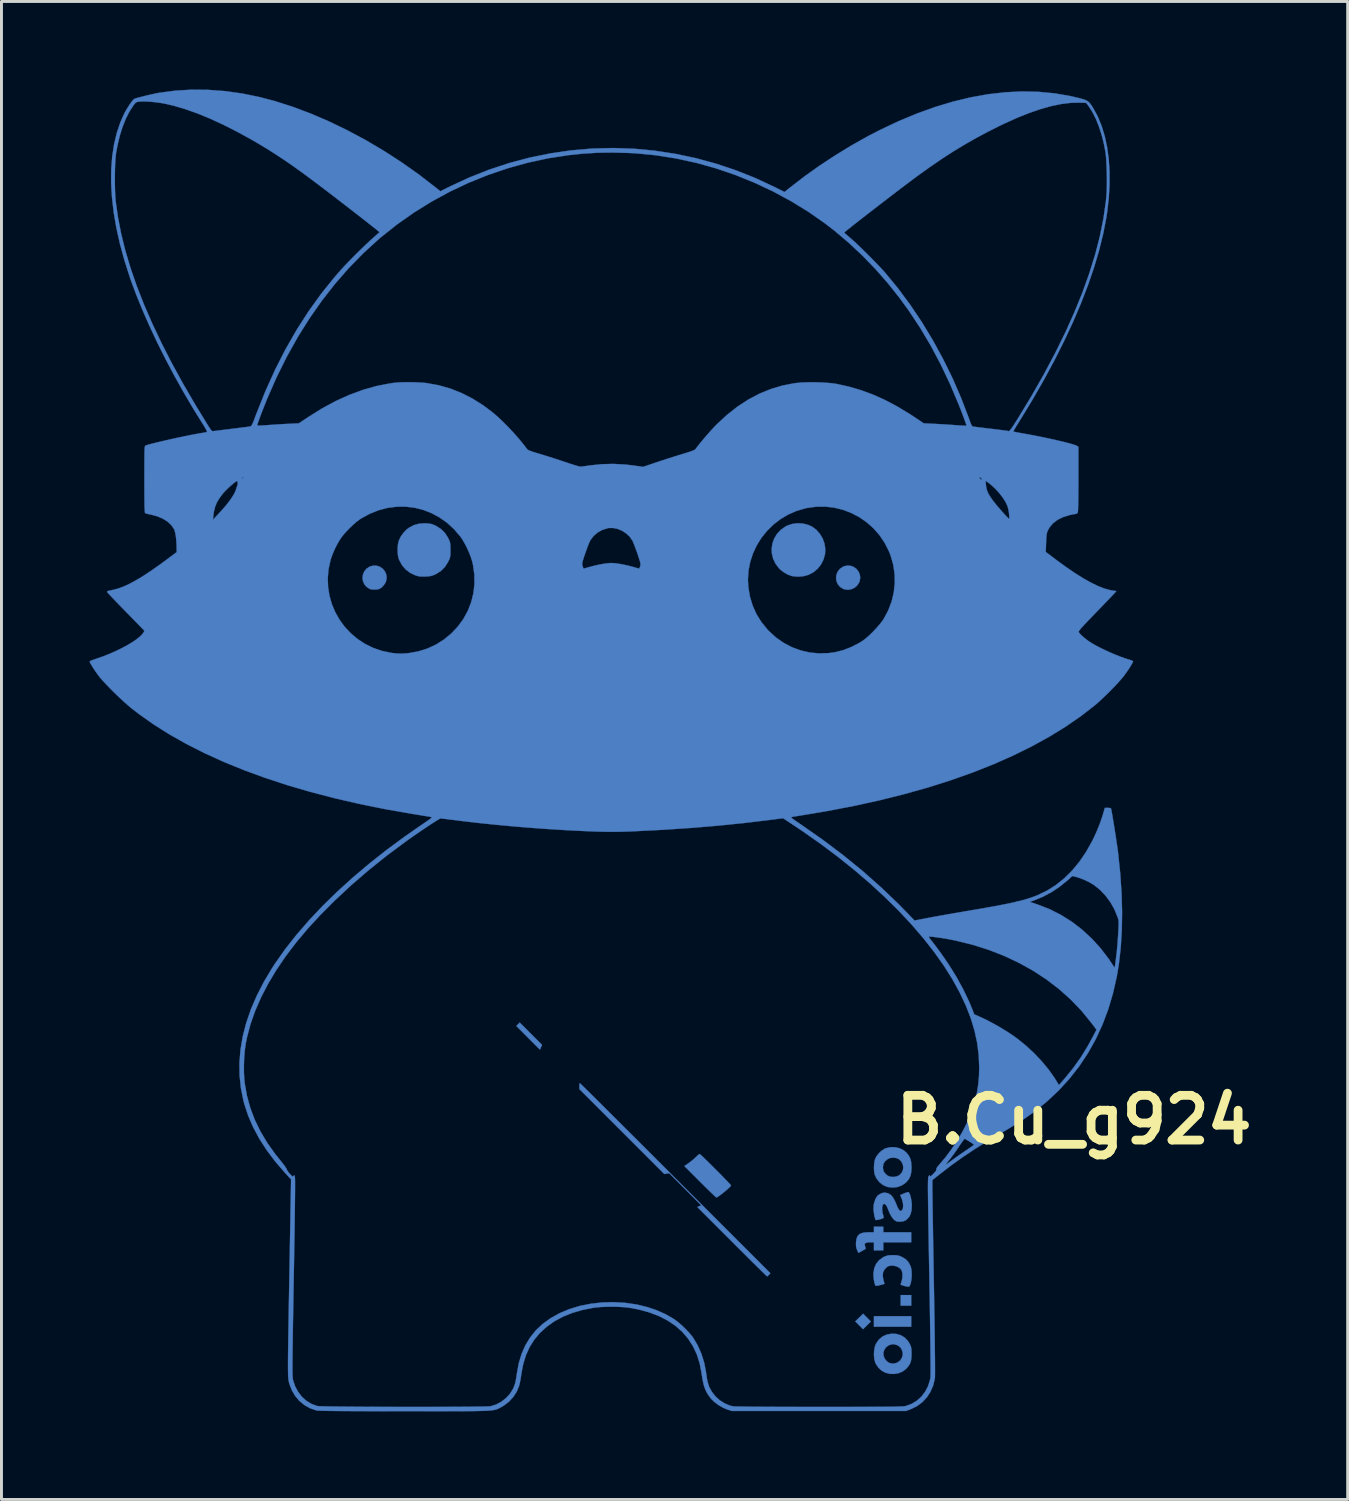
<source format=kicad_pcb>
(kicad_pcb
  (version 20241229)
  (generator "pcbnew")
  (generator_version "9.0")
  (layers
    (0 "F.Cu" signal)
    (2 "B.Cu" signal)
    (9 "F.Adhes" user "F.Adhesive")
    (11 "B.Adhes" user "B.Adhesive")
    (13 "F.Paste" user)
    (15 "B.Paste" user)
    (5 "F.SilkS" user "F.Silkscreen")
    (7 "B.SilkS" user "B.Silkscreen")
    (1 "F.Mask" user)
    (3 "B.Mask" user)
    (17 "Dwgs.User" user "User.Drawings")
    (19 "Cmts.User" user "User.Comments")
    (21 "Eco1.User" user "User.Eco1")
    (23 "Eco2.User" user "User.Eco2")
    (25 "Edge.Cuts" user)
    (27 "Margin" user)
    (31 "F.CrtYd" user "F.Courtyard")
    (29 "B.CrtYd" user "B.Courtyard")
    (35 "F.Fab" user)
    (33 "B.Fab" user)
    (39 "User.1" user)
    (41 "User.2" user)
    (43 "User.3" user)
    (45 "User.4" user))
  (footprint "B.Cu_g924"
    (layer "F.Cu")
    (at 33.533 35.092)
    (property "Reference" "B.Cu_g924" (at 0 0 0) (layer "F.SilkS") (effects (font (size 1.524 1.524) (thickness 0.3))))
    (attr through_hole)
    (fp_poly (pts (xy -5.546 6.329) (xy -5.905 6.329) (xy -5.905 5.969) (xy -5.546 5.969) (xy -5.546 6.329)) (stroke (width 0.01) (type solid)) (fill yes) (layer "B.Cu"))
    (fp_poly (pts (xy -5.546 7.048) (xy -6.816 7.048) (xy -6.816 6.689) (xy -5.546 6.689) (xy -5.546 7.048)) (stroke (width 0.01) (type solid)) (fill yes) (layer "B.Cu"))
    (fp_poly (pts (xy -18.12 -2.551) (xy -18.156 -2.471) (xy -18.193 -2.391) (xy -18.996 -3.196) (xy -18.88 -3.312) (xy -18.12 -2.551)) (stroke (width 0.01) (type solid)) (fill yes) (layer "B.Cu"))
    (fp_poly (pts (xy -7.053 6.737) (xy -6.921 6.87) (xy -7.187 7.133) (xy -7.319 7) (xy -7.451 6.867) (xy -7.318 6.736) (xy -7.185 6.604) (xy -7.053 6.737)) (stroke (width 0.01) (type solid)) (fill yes) (layer "B.Cu"))
    (fp_poly (pts (xy -7.612 -18.871) (xy -7.506 -18.832) (xy -7.415 -18.767) (xy -7.344 -18.68) (xy -7.298 -18.577) (xy -7.283 -18.463) (xy -7.303 -18.343) (xy -7.314 -18.314) (xy -7.38 -18.207) (xy -7.471 -18.125) (xy -7.581 -18.073) (xy -7.7 -18.053) (xy -7.82 -18.069) (xy -7.863 -18.085) (xy -7.969 -18.152) (xy -8.045 -18.241) (xy -8.09 -18.345) (xy -8.106 -18.457) (xy -8.092 -18.569) (xy -8.048 -18.675) (xy -7.975 -18.766) (xy -7.872 -18.837) (xy -7.848 -18.848) (xy -7.728 -18.878) (xy -7.612 -18.871)) (stroke (width 0.01) (type solid)) (fill yes) (layer "B.Cu"))
    (fp_poly (pts (xy -23.741 -18.872) (xy -23.636 -18.833) (xy -23.545 -18.769) (xy -23.475 -18.683) (xy -23.429 -18.582) (xy -23.413 -18.47) (xy -23.431 -18.353) (xy -23.458 -18.288) (xy -23.506 -18.216) (xy -23.567 -18.148) (xy -23.586 -18.131) (xy -23.642 -18.093) (xy -23.7 -18.072) (xy -23.777 -18.062) (xy -23.797 -18.061) (xy -23.896 -18.063) (xy -23.974 -18.077) (xy -23.992 -18.084) (xy -24.099 -18.153) (xy -24.175 -18.244) (xy -24.22 -18.349) (xy -24.235 -18.462) (xy -24.22 -18.575) (xy -24.174 -18.68) (xy -24.099 -18.771) (xy -23.994 -18.84) (xy -23.977 -18.848) (xy -23.857 -18.878) (xy -23.741 -18.872)) (stroke (width 0.01) (type solid)) (fill yes) (layer "B.Cu"))
    (fp_poly (pts (xy -9.229 -20.308) (xy -9.052 -20.263) (xy -8.921 -20.202) (xy -8.776 -20.094) (xy -8.656 -19.957) (xy -8.562 -19.799) (xy -8.5 -19.628) (xy -8.472 -19.449) (xy -8.481 -19.273) (xy -8.533 -19.084) (xy -8.619 -18.915) (xy -8.733 -18.771) (xy -8.873 -18.653) (xy -9.034 -18.567) (xy -9.211 -18.516) (xy -9.381 -18.502) (xy -9.472 -18.506) (xy -9.558 -18.514) (xy -9.618 -18.523) (xy -9.74 -18.567) (xy -9.868 -18.637) (xy -9.987 -18.724) (xy -10.054 -18.789) (xy -10.17 -18.945) (xy -10.249 -19.114) (xy -10.292 -19.289) (xy -10.298 -19.467) (xy -10.271 -19.641) (xy -10.209 -19.807) (xy -10.115 -19.96) (xy -9.99 -20.094) (xy -9.834 -20.205) (xy -9.764 -20.241) (xy -9.595 -20.297) (xy -9.413 -20.32) (xy -9.229 -20.308)) (stroke (width 0.01) (type solid)) (fill yes) (layer "B.Cu"))
    (fp_poly (pts (xy -6.498 3.831) (xy -5.546 3.831) (xy -5.546 4.17) (xy -6.498 4.17) (xy -6.498 4.445) (xy -6.816 4.445) (xy -6.816 4.17) (xy -6.939 4.17) (xy -7.019 4.175) (xy -7.081 4.189) (xy -7.102 4.199) (xy -7.126 4.223) (xy -7.131 4.254) (xy -7.117 4.309) (xy -7.117 4.309) (xy -7.102 4.361) (xy -7.096 4.391) (xy -7.097 4.394) (xy -7.116 4.405) (xy -7.162 4.431) (xy -7.223 4.466) (xy -7.345 4.534) (xy -7.39 4.434) (xy -7.415 4.364) (xy -7.427 4.293) (xy -7.427 4.201) (xy -7.426 4.179) (xy -7.41 4.055) (xy -7.373 3.962) (xy -7.312 3.896) (xy -7.221 3.855) (xy -7.098 3.835) (xy -7.001 3.831) (xy -6.816 3.831) (xy -6.816 3.641) (xy -6.498 3.641) (xy -6.498 3.831)) (stroke (width 0.01) (type solid)) (fill yes) (layer "B.Cu"))
    (fp_poly (pts (xy -12.733 1.179) (xy -12.687 1.219) (xy -12.621 1.282) (xy -12.537 1.363) (xy -12.44 1.457) (xy -12.335 1.561) (xy -12.226 1.671) (xy -12.116 1.781) (xy -12.01 1.888) (xy -11.912 1.989) (xy -11.827 2.077) (xy -11.758 2.151) (xy -11.709 2.204) (xy -11.686 2.234) (xy -11.684 2.237) (xy -11.7 2.263) (xy -11.743 2.307) (xy -11.805 2.365) (xy -11.88 2.429) (xy -11.96 2.494) (xy -12.038 2.555) (xy -12.106 2.604) (xy -12.157 2.636) (xy -12.182 2.646) (xy -12.201 2.631) (xy -12.247 2.59) (xy -12.315 2.526) (xy -12.403 2.441) (xy -12.506 2.34) (xy -12.622 2.226) (xy -12.738 2.11) (xy -13.273 1.575) (xy -13.129 1.477) (xy -13.043 1.412) (xy -12.954 1.339) (xy -12.881 1.271) (xy -12.881 1.271) (xy -12.826 1.218) (xy -12.78 1.18) (xy -12.754 1.164) (xy -12.754 1.164) (xy -12.733 1.179)) (stroke (width 0.01) (type solid)) (fill yes) (layer "B.Cu"))
    (fp_poly (pts (xy -16.817 -1.234) (xy -16.772 -1.191) (xy -16.7 -1.12) (xy -16.602 -1.024) (xy -16.48 -0.903) (xy -16.334 -0.759) (xy -16.167 -0.593) (xy -15.98 -0.407) (xy -15.774 -0.201) (xy -15.55 0.021) (xy -15.31 0.261) (xy -15.055 0.515) (xy -14.786 0.783) (xy -14.506 1.063) (xy -14.215 1.354) (xy -13.914 1.654) (xy -13.606 1.963) (xy -13.579 1.989) (xy -10.342 5.227) (xy -10.392 5.28) (xy -10.429 5.316) (xy -10.453 5.334) (xy -10.455 5.334) (xy -10.471 5.319) (xy -10.515 5.277) (xy -10.585 5.209) (xy -10.677 5.118) (xy -10.791 5.006) (xy -10.923 4.876) (xy -11.071 4.729) (xy -11.232 4.568) (xy -11.406 4.395) (xy -11.589 4.212) (xy -11.649 4.152) (xy -12.831 2.97) (xy -12.764 2.942) (xy -12.696 2.914) (xy -13.79 1.819) (xy -13.955 1.846) (xy -15.402 0.399) (xy -16.849 -1.048) (xy -16.849 -1.148) (xy -16.846 -1.207) (xy -16.838 -1.243) (xy -16.833 -1.249) (xy -16.817 -1.234)) (stroke (width 0.01) (type solid)) (fill yes) (layer "B.Cu"))
    (fp_poly (pts (xy -22.069 -20.316) (xy -21.967 -20.308) (xy -21.888 -20.293) (xy -21.811 -20.266) (xy -21.732 -20.229) (xy -21.567 -20.125) (xy -21.431 -19.992) (xy -21.324 -19.828) (xy -21.308 -19.796) (xy -21.279 -19.731) (xy -21.259 -19.677) (xy -21.248 -19.622) (xy -21.243 -19.555) (xy -21.241 -19.462) (xy -21.241 -19.409) (xy -21.241 -19.302) (xy -21.244 -19.226) (xy -21.253 -19.168) (xy -21.268 -19.116) (xy -21.294 -19.058) (xy -21.32 -19.003) (xy -21.424 -18.838) (xy -21.557 -18.702) (xy -21.721 -18.596) (xy -21.757 -18.578) (xy -21.832 -18.546) (xy -21.901 -18.525) (xy -21.978 -18.513) (xy -22.081 -18.507) (xy -22.096 -18.506) (xy -22.203 -18.504) (xy -22.283 -18.508) (xy -22.354 -18.521) (xy -22.429 -18.544) (xy -22.439 -18.547) (xy -22.615 -18.631) (xy -22.767 -18.748) (xy -22.892 -18.895) (xy -22.987 -19.071) (xy -23 -19.103) (xy -23.026 -19.206) (xy -23.039 -19.333) (xy -23.04 -19.471) (xy -23.028 -19.602) (xy -23.004 -19.713) (xy -23.001 -19.722) (xy -22.936 -19.86) (xy -22.841 -19.994) (xy -22.728 -20.11) (xy -22.648 -20.17) (xy -22.485 -20.255) (xy -22.311 -20.304) (xy -22.119 -20.318) (xy -22.069 -20.316)) (stroke (width 0.01) (type solid)) (fill yes) (layer "B.Cu"))
    (fp_poly (pts (xy -6.051 7.293) (xy -5.899 7.338) (xy -5.767 7.418) (xy -5.658 7.532) (xy -5.594 7.637) (xy -5.567 7.696) (xy -5.55 7.75) (xy -5.54 7.809) (xy -5.536 7.887) (xy -5.535 7.98) (xy -5.54 8.117) (xy -5.557 8.225) (xy -5.592 8.315) (xy -5.648 8.4) (xy -5.722 8.483) (xy -5.834 8.57) (xy -5.97 8.628) (xy -6.12 8.656) (xy -6.275 8.652) (xy -6.427 8.613) (xy -6.429 8.612) (xy -6.554 8.543) (xy -6.664 8.442) (xy -6.747 8.319) (xy -6.774 8.26) (xy -6.805 8.137) (xy -6.814 8.018) (xy -6.492 8.018) (xy -6.457 8.121) (xy -6.454 8.126) (xy -6.379 8.224) (xy -6.286 8.284) (xy -6.179 8.305) (xy -6.065 8.287) (xy -6.008 8.263) (xy -5.924 8.199) (xy -5.864 8.11) (xy -5.834 8.008) (xy -5.84 7.904) (xy -5.841 7.899) (xy -5.889 7.788) (xy -5.967 7.706) (xy -6.019 7.676) (xy -6.126 7.645) (xy -6.229 7.65) (xy -6.322 7.685) (xy -6.4 7.745) (xy -6.458 7.824) (xy -6.491 7.917) (xy -6.492 8.018) (xy -6.814 8.018) (xy -6.816 7.996) (xy -6.808 7.852) (xy -6.782 7.72) (xy -6.747 7.631) (xy -6.654 7.493) (xy -6.535 7.389) (xy -6.392 7.32) (xy -6.229 7.287) (xy -6.22 7.286) (xy -6.051 7.293)) (stroke (width 0.01) (type solid)) (fill yes) (layer "B.Cu"))
    (fp_poly (pts (xy -6.089 0.935) (xy -5.939 0.97) (xy -5.804 1.038) (xy -5.71 1.118) (xy -5.632 1.215) (xy -5.579 1.317) (xy -5.548 1.434) (xy -5.536 1.577) (xy -5.536 1.63) (xy -5.544 1.785) (xy -5.573 1.911) (xy -5.625 2.017) (xy -5.704 2.114) (xy -5.741 2.149) (xy -5.867 2.235) (xy -6.014 2.289) (xy -6.171 2.308) (xy -6.331 2.291) (xy -6.385 2.277) (xy -6.514 2.216) (xy -6.63 2.122) (xy -6.724 2.006) (xy -6.786 1.876) (xy -6.793 1.852) (xy -6.81 1.747) (xy -6.815 1.62) (xy -6.815 1.619) (xy -6.509 1.619) (xy -6.497 1.721) (xy -6.456 1.803) (xy -6.382 1.877) (xy -6.348 1.902) (xy -6.265 1.936) (xy -6.163 1.947) (xy -6.059 1.933) (xy -5.968 1.897) (xy -5.952 1.887) (xy -5.873 1.807) (xy -5.828 1.711) (xy -5.816 1.607) (xy -5.837 1.503) (xy -5.891 1.409) (xy -5.968 1.339) (xy -6.057 1.301) (xy -6.162 1.289) (xy -6.267 1.302) (xy -6.35 1.339) (xy -6.437 1.412) (xy -6.488 1.491) (xy -6.508 1.588) (xy -6.509 1.619) (xy -6.815 1.619) (xy -6.807 1.49) (xy -6.788 1.376) (xy -6.782 1.355) (xy -6.734 1.251) (xy -6.656 1.148) (xy -6.559 1.056) (xy -6.455 0.988) (xy -6.404 0.967) (xy -6.247 0.933) (xy -6.089 0.935)) (stroke (width 0.01) (type solid)) (fill yes) (layer "B.Cu"))
    (fp_poly (pts (xy -6.067 4.613) (xy -5.995 4.622) (xy -5.931 4.641) (xy -5.858 4.674) (xy -5.848 4.678) (xy -5.725 4.756) (xy -5.635 4.854) (xy -5.571 4.981) (xy -5.553 5.035) (xy -5.536 5.123) (xy -5.529 5.226) (xy -5.53 5.335) (xy -5.54 5.443) (xy -5.557 5.54) (xy -5.58 5.619) (xy -5.607 5.67) (xy -5.632 5.687) (xy -5.668 5.683) (xy -5.729 5.671) (xy -5.784 5.658) (xy -5.848 5.638) (xy -5.893 5.62) (xy -5.905 5.61) (xy -5.899 5.581) (xy -5.883 5.529) (xy -5.874 5.503) (xy -5.849 5.4) (xy -5.843 5.29) (xy -5.853 5.189) (xy -5.881 5.111) (xy -5.882 5.11) (xy -5.944 5.045) (xy -6.031 4.998) (xy -6.133 4.97) (xy -6.235 4.966) (xy -6.326 4.986) (xy -6.365 5.009) (xy -6.453 5.094) (xy -6.504 5.194) (xy -6.517 5.312) (xy -6.495 5.449) (xy -6.488 5.474) (xy -6.47 5.533) (xy -6.458 5.573) (xy -6.456 5.582) (xy -6.474 5.592) (xy -6.522 5.608) (xy -6.585 5.625) (xy -6.653 5.641) (xy -6.712 5.653) (xy -6.749 5.657) (xy -6.756 5.656) (xy -6.778 5.615) (xy -6.799 5.543) (xy -6.817 5.452) (xy -6.829 5.354) (xy -6.833 5.26) (xy -6.832 5.216) (xy -6.803 5.048) (xy -6.738 4.902) (xy -6.639 4.781) (xy -6.508 4.686) (xy -6.46 4.662) (xy -6.39 4.634) (xy -6.323 4.618) (xy -6.242 4.611) (xy -6.164 4.61) (xy -6.067 4.613)) (stroke (width 0.01) (type solid)) (fill yes) (layer "B.Cu"))
    (fp_poly (pts (xy -5.608 2.499) (xy -5.582 2.564) (xy -5.559 2.652) (xy -5.54 2.75) (xy -5.528 2.849) (xy -5.525 2.918) (xy -5.535 3.083) (xy -5.569 3.216) (xy -5.626 3.322) (xy -5.711 3.406) (xy -5.735 3.423) (xy -5.807 3.454) (xy -5.9 3.47) (xy -5.994 3.469) (xy -6.054 3.456) (xy -6.127 3.409) (xy -6.2 3.324) (xy -6.269 3.203) (xy -6.334 3.051) (xy -6.341 3.031) (xy -6.383 2.935) (xy -6.426 2.879) (xy -6.47 2.862) (xy -6.494 2.871) (xy -6.52 2.91) (xy -6.534 2.977) (xy -6.536 3.063) (xy -6.525 3.155) (xy -6.508 3.221) (xy -6.491 3.284) (xy -6.486 3.33) (xy -6.491 3.344) (xy -6.524 3.362) (xy -6.58 3.381) (xy -6.646 3.399) (xy -6.707 3.411) (xy -6.748 3.414) (xy -6.758 3.411) (xy -6.77 3.383) (xy -6.786 3.326) (xy -6.805 3.25) (xy -6.807 3.237) (xy -6.832 3.046) (xy -6.82 2.874) (xy -6.772 2.718) (xy -6.76 2.693) (xy -6.717 2.617) (xy -6.673 2.568) (xy -6.614 2.53) (xy -6.598 2.522) (xy -6.524 2.491) (xy -6.46 2.481) (xy -6.403 2.486) (xy -6.316 2.511) (xy -6.241 2.559) (xy -6.173 2.636) (xy -6.109 2.746) (xy -6.046 2.892) (xy -6.032 2.928) (xy -6.001 2.999) (xy -5.967 3.057) (xy -5.947 3.08) (xy -5.914 3.106) (xy -5.889 3.101) (xy -5.863 3.08) (xy -5.832 3.026) (xy -5.82 2.945) (xy -5.827 2.845) (xy -5.852 2.738) (xy -5.871 2.684) (xy -5.921 2.564) (xy -5.788 2.507) (xy -5.718 2.48) (xy -5.662 2.465) (xy -5.633 2.464) (xy -5.608 2.499)) (stroke (width 0.01) (type solid)) (fill yes) (layer "B.Cu"))
    (fp_poly (pts (xy -29.499 -35.082) (xy -28.919 -35.039) (xy -28.331 -34.957) (xy -27.738 -34.835) (xy -27.231 -34.702) (xy -26.619 -34.507) (xy -25.997 -34.273) (xy -25.371 -34.004) (xy -24.745 -33.701) (xy -24.123 -33.368) (xy -23.509 -33.005) (xy -22.907 -32.616) (xy -22.322 -32.203) (xy -21.783 -31.787) (xy -21.584 -31.627) (xy -21.254 -31.792) (xy -20.598 -32.096) (xy -19.927 -32.361) (xy -19.243 -32.587) (xy -18.548 -32.772) (xy -17.844 -32.916) (xy -17.133 -33.02) (xy -16.417 -33.082) (xy -16.394 -33.083) (xy -15.693 -33.1) (xy -14.99 -33.076) (xy -14.288 -33.01) (xy -13.589 -32.904) (xy -12.894 -32.758) (xy -12.208 -32.571) (xy -11.53 -32.346) (xy -10.865 -32.082) (xy -10.214 -31.779) (xy -10.196 -31.77) (xy -9.862 -31.602) (xy -9.656 -31.768) (xy -9.179 -32.135) (xy -8.67 -32.498) (xy -8.136 -32.849) (xy -7.59 -33.183) (xy -7.039 -33.493) (xy -6.623 -33.709) (xy -5.987 -34.01) (xy -5.358 -34.272) (xy -4.737 -34.496) (xy -4.125 -34.68) (xy -3.521 -34.826) (xy -2.928 -34.932) (xy -2.346 -34.999) (xy -1.774 -35.027) (xy -1.215 -35.015) (xy -0.668 -34.963) (xy -0.134 -34.872) (xy 0.148 -34.806) (xy 0.277 -34.772) (xy 0.373 -34.741) (xy 0.445 -34.707) (xy 0.503 -34.664) (xy 0.555 -34.606) (xy 0.609 -34.528) (xy 0.646 -34.47) (xy 0.806 -34.178) (xy 0.939 -33.854) (xy 1.047 -33.501) (xy 1.128 -33.122) (xy 1.182 -32.718) (xy 1.209 -32.292) (xy 1.209 -31.847) (xy 1.182 -31.385) (xy 1.127 -30.908) (xy 1.1 -30.734) (xy 0.996 -30.191) (xy 0.857 -29.627) (xy 0.684 -29.042) (xy 0.478 -28.439) (xy 0.239 -27.818) (xy -0.033 -27.181) (xy -0.336 -26.53) (xy -0.67 -25.865) (xy -1.035 -25.19) (xy -1.429 -24.504) (xy -1.852 -23.81) (xy -1.868 -23.785) (xy -1.934 -23.679) (xy -1.99 -23.586) (xy -2.034 -23.512) (xy -2.062 -23.462) (xy -2.071 -23.443) (xy -2.071 -23.442) (xy -2.049 -23.437) (xy -1.992 -23.425) (xy -1.906 -23.409) (xy -1.799 -23.389) (xy -1.683 -23.369) (xy -1.481 -23.332) (xy -1.272 -23.292) (xy -1.063 -23.25) (xy -0.856 -23.206) (xy -0.658 -23.162) (xy -0.472 -23.119) (xy -0.304 -23.078) (xy -0.158 -23.04) (xy -0.039 -23.006) (xy 0.048 -22.977) (xy 0.098 -22.955) (xy 0.101 -22.954) (xy 0.148 -22.923) (xy 0.148 -21.821) (xy 0.148 -21.542) (xy 0.146 -21.3) (xy 0.144 -21.097) (xy 0.141 -20.933) (xy 0.138 -20.808) (xy 0.133 -20.725) (xy 0.128 -20.682) (xy 0.126 -20.678) (xy 0.089 -20.645) (xy 0.057 -20.637) (xy 0.016 -20.632) (xy -0.054 -20.62) (xy -0.139 -20.601) (xy -0.164 -20.595) (xy -0.38 -20.527) (xy -0.564 -20.435) (xy -0.715 -20.32) (xy -0.831 -20.183) (xy -0.879 -20.099) (xy -0.903 -20.047) (xy -0.92 -20) (xy -0.932 -19.947) (xy -0.94 -19.881) (xy -0.946 -19.792) (xy -0.951 -19.671) (xy -0.952 -19.658) (xy -0.963 -19.342) (xy -0.634 -19.093) (xy -0.295 -18.845) (xy 0.018 -18.63) (xy 0.308 -18.448) (xy 0.574 -18.298) (xy 0.817 -18.18) (xy 1.038 -18.094) (xy 1.238 -18.04) (xy 1.34 -18.023) (xy 1.442 -18.01) (xy 1.364 -17.921) (xy 1.331 -17.886) (xy 1.273 -17.825) (xy 1.193 -17.741) (xy 1.095 -17.639) (xy 0.983 -17.522) (xy 0.86 -17.395) (xy 0.73 -17.261) (xy 0.715 -17.246) (xy 0.565 -17.09) (xy 0.442 -16.962) (xy 0.345 -16.859) (xy 0.271 -16.778) (xy 0.217 -16.716) (xy 0.182 -16.671) (xy 0.163 -16.64) (xy 0.158 -16.621) (xy 0.158 -16.617) (xy 0.186 -16.573) (xy 0.243 -16.512) (xy 0.321 -16.441) (xy 0.413 -16.366) (xy 0.513 -16.293) (xy 0.603 -16.235) (xy 0.764 -16.144) (xy 0.952 -16.048) (xy 1.155 -15.952) (xy 1.363 -15.861) (xy 1.565 -15.78) (xy 1.75 -15.713) (xy 1.879 -15.674) (xy 1.946 -15.652) (xy 1.994 -15.631) (xy 2.011 -15.617) (xy 1.999 -15.582) (xy 1.966 -15.52) (xy 1.917 -15.438) (xy 1.857 -15.344) (xy 1.789 -15.245) (xy 1.718 -15.147) (xy 1.691 -15.111) (xy 1.606 -15.008) (xy 1.497 -14.885) (xy 1.369 -14.748) (xy 1.229 -14.605) (xy 1.085 -14.462) (xy 0.944 -14.328) (xy 0.812 -14.208) (xy 0.72 -14.128) (xy 0.236 -13.752) (xy -0.287 -13.391) (xy -0.848 -13.046) (xy -1.447 -12.717) (xy -2.082 -12.404) (xy -2.753 -12.107) (xy -3.459 -11.828) (xy -4.2 -11.565) (xy -4.975 -11.32) (xy -5.784 -11.093) (xy -6.624 -10.883) (xy -7.497 -10.691) (xy -8.4 -10.518) (xy -8.943 -10.426) (xy -9.1 -10.4) (xy -9.246 -10.376) (xy -9.375 -10.355) (xy -9.481 -10.338) (xy -9.558 -10.325) (xy -9.601 -10.318) (xy -9.603 -10.318) (xy -9.623 -10.313) (xy -9.632 -10.305) (xy -9.625 -10.291) (xy -9.601 -10.267) (xy -9.554 -10.232) (xy -9.482 -10.181) (xy -9.381 -10.112) (xy -9.28 -10.043) (xy -8.554 -9.535) (xy -7.867 -9.017) (xy -7.214 -8.485) (xy -6.593 -7.937) (xy -5.999 -7.37) (xy -5.685 -7.05) (xy -5.433 -6.788) (xy -4.976 -6.876) (xy -4.853 -6.899) (xy -4.696 -6.928) (xy -4.513 -6.961) (xy -4.309 -6.997) (xy -4.094 -7.034) (xy -3.874 -7.072) (xy -3.656 -7.11) (xy -3.588 -7.121) (xy -3.244 -7.18) (xy -2.939 -7.233) (xy -2.669 -7.282) (xy -2.431 -7.328) (xy -2.22 -7.37) (xy -2.033 -7.411) (xy -1.983 -7.423) (xy -1.507 -7.423) (xy -1.239 -7.333) (xy -0.834 -7.176) (xy -0.447 -6.98) (xy -0.077 -6.748) (xy 0.273 -6.479) (xy 0.601 -6.177) (xy 0.906 -5.841) (xy 1.186 -5.474) (xy 1.264 -5.358) (xy 1.385 -5.175) (xy 1.401 -5.281) (xy 1.409 -5.343) (xy 1.421 -5.436) (xy 1.435 -5.545) (xy 1.448 -5.66) (xy 1.449 -5.662) (xy 1.461 -5.777) (xy 1.474 -5.92) (xy 1.486 -6.079) (xy 1.498 -6.239) (xy 1.505 -6.353) (xy 1.513 -6.496) (xy 1.518 -6.604) (xy 1.52 -6.686) (xy 1.519 -6.747) (xy 1.514 -6.795) (xy 1.504 -6.838) (xy 1.491 -6.884) (xy 1.484 -6.904) (xy 1.379 -7.162) (xy 1.241 -7.407) (xy 1.076 -7.631) (xy 0.889 -7.829) (xy 0.684 -7.993) (xy 0.661 -8.009) (xy 0.528 -8.088) (xy 0.376 -8.162) (xy 0.222 -8.225) (xy 0.081 -8.271) (xy 0.049 -8.279) (xy -0.06 -8.303) (xy -0.217 -8.161) (xy -0.482 -7.945) (xy -0.768 -7.754) (xy -1.068 -7.594) (xy -1.341 -7.482) (xy -1.507 -7.423) (xy -1.983 -7.423) (xy -1.868 -7.45) (xy -1.719 -7.489) (xy -1.585 -7.528) (xy -1.461 -7.569) (xy -1.344 -7.611) (xy -1.249 -7.648) (xy -0.929 -7.801) (xy -0.625 -7.992) (xy -0.338 -8.221) (xy -0.07 -8.486) (xy 0.179 -8.786) (xy 0.407 -9.12) (xy 0.614 -9.488) (xy 0.687 -9.636) (xy 0.796 -9.881) (xy 0.893 -10.127) (xy 0.973 -10.361) (xy 1.001 -10.458) (xy 1.048 -10.625) (xy 1.147 -10.626) (xy 1.208 -10.622) (xy 1.249 -10.614) (xy 1.257 -10.608) (xy 1.265 -10.581) (xy 1.277 -10.517) (xy 1.295 -10.423) (xy 1.315 -10.304) (xy 1.338 -10.166) (xy 1.363 -10.014) (xy 1.389 -9.854) (xy 1.414 -9.692) (xy 1.438 -9.534) (xy 1.46 -9.384) (xy 1.48 -9.249) (xy 1.495 -9.135) (xy 1.502 -9.081) (xy 1.574 -8.387) (xy 1.619 -7.718) (xy 1.637 -7.073) (xy 1.627 -6.455) (xy 1.591 -5.865) (xy 1.527 -5.305) (xy 1.458 -4.889) (xy 1.329 -4.316) (xy 1.166 -3.766) (xy 0.968 -3.241) (xy 0.736 -2.741) (xy 0.47 -2.265) (xy 0.169 -1.814) (xy -0.167 -1.387) (xy -0.536 -0.985) (xy -0.94 -0.609) (xy -1.378 -0.257) (xy -1.725 -0.012) (xy -1.83 0.056) (xy -1.962 0.139) (xy -2.112 0.231) (xy -2.27 0.326) (xy -2.427 0.419) (xy -2.508 0.466) (xy -2.967 0.737) (xy -3.392 1.003) (xy -3.79 1.269) (xy -4.167 1.539) (xy -4.53 1.818) (xy -4.548 1.832) (xy -4.826 2.053) (xy -4.826 2.334) (xy -4.826 2.388) (xy -4.824 2.482) (xy -4.823 2.613) (xy -4.82 2.778) (xy -4.817 2.975) (xy -4.814 3.201) (xy -4.81 3.453) (xy -4.805 3.729) (xy -4.801 4.026) (xy -4.795 4.342) (xy -4.79 4.673) (xy -4.784 5.017) (xy -4.778 5.371) (xy -4.773 5.652) (xy -4.765 6.114) (xy -4.758 6.543) (xy -4.752 6.937) (xy -4.747 7.296) (xy -4.743 7.618) (xy -4.74 7.904) (xy -4.737 8.153) (xy -4.736 8.362) (xy -4.735 8.533) (xy -4.736 8.664) (xy -4.737 8.754) (xy -4.739 8.803) (xy -4.74 8.808) (xy -4.798 9.048) (xy -4.891 9.264) (xy -5.015 9.456) (xy -5.17 9.62) (xy -5.353 9.755) (xy -5.563 9.857) (xy -5.591 9.868) (xy -5.726 9.917) (xy -11.652 9.917) (xy -11.804 9.869) (xy -11.949 9.809) (xy -12.098 9.724) (xy -12.237 9.622) (xy -12.352 9.513) (xy -12.374 9.487) (xy -12.454 9.38) (xy -12.519 9.272) (xy -12.571 9.156) (xy -12.614 9.024) (xy -12.649 8.867) (xy -12.68 8.677) (xy -12.687 8.625) (xy -12.751 8.295) (xy -12.849 7.988) (xy -12.982 7.707) (xy -13.148 7.45) (xy -13.347 7.219) (xy -13.579 7.015) (xy -13.843 6.836) (xy -14.14 6.684) (xy -14.468 6.559) (xy -14.827 6.461) (xy -15.145 6.402) (xy -15.304 6.383) (xy -15.492 6.372) (xy -15.695 6.366) (xy -15.901 6.368) (xy -16.098 6.375) (xy -16.273 6.39) (xy -16.362 6.401) (xy -16.743 6.476) (xy -17.092 6.578) (xy -17.41 6.706) (xy -17.698 6.862) (xy -17.958 7.046) (xy -18.19 7.258) (xy -18.204 7.273) (xy -18.391 7.497) (xy -18.545 7.744) (xy -18.668 8.015) (xy -18.76 8.314) (xy -18.824 8.641) (xy -18.829 8.683) (xy -18.846 8.798) (xy -18.867 8.912) (xy -18.888 9.01) (xy -18.903 9.067) (xy -18.985 9.262) (xy -19.103 9.444) (xy -19.252 9.604) (xy -19.425 9.736) (xy -19.508 9.784) (xy -19.545 9.804) (xy -19.577 9.821) (xy -19.609 9.837) (xy -19.641 9.852) (xy -19.676 9.864) (xy -19.716 9.875) (xy -19.764 9.885) (xy -19.821 9.894) (xy -19.889 9.901) (xy -19.972 9.907) (xy -20.071 9.912) (xy -20.188 9.916) (xy -20.325 9.919) (xy -20.485 9.922) (xy -20.67 9.923) (xy -20.882 9.925) (xy -21.124 9.925) (xy -21.397 9.926) (xy -21.703 9.926) (xy -22.046 9.926) (xy -22.426 9.925) (xy -22.818 9.925) (xy -23.25 9.925) (xy -23.641 9.924) (xy -23.994 9.924) (xy -24.31 9.923) (xy -24.59 9.922) (xy -24.836 9.92) (xy -25.05 9.919) (xy -25.234 9.917) (xy -25.389 9.915) (xy -25.518 9.913) (xy -25.621 9.91) (xy -25.701 9.907) (xy -25.759 9.904) (xy -25.797 9.9) (xy -25.813 9.897) (xy -26.024 9.824) (xy -26.216 9.715) (xy -26.386 9.574) (xy -26.53 9.404) (xy -26.644 9.209) (xy -26.726 8.992) (xy -26.735 8.959) (xy -26.742 8.932) (xy -26.748 8.906) (xy -26.753 8.878) (xy -26.758 8.846) (xy -26.762 8.809) (xy -26.766 8.765) (xy -26.768 8.711) (xy -26.771 8.645) (xy -26.772 8.566) (xy -26.773 8.472) (xy -26.773 8.361) (xy -26.773 8.23) (xy -26.772 8.078) (xy -26.77 7.903) (xy -26.767 7.703) (xy -26.764 7.476) (xy -26.76 7.22) (xy -26.755 6.934) (xy -26.75 6.614) (xy -26.744 6.259) (xy -26.737 5.868) (xy -26.729 5.438) (xy -26.722 5.038) (xy -26.669 2.031) (xy -26.888 1.791) (xy -27.217 1.408) (xy -27.504 1.026) (xy -27.752 0.641) (xy -27.959 0.254) (xy -28.129 -0.138) (xy -28.26 -0.536) (xy -28.289 -0.643) (xy -28.376 -1.072) (xy -28.423 -1.507) (xy -28.426 -1.86) (xy -28.275 -1.86) (xy -28.274 -1.608) (xy -28.261 -1.375) (xy -28.249 -1.255) (xy -28.174 -0.828) (xy -28.06 -0.41) (xy -27.906 -0.002) (xy -27.711 0.398) (xy -27.476 0.792) (xy -27.199 1.179) (xy -27.032 1.386) (xy -26.959 1.477) (xy -26.896 1.558) (xy -26.849 1.625) (xy -26.822 1.67) (xy -26.818 1.683) (xy -26.803 1.719) (xy -26.767 1.773) (xy -26.716 1.835) (xy -26.713 1.838) (xy -26.659 1.896) (xy -26.625 1.925) (xy -26.604 1.929) (xy -26.591 1.916) (xy -26.572 1.893) (xy -26.551 1.906) (xy -26.545 1.913) (xy -26.541 1.925) (xy -26.538 1.95) (xy -26.536 1.992) (xy -26.534 2.052) (xy -26.533 2.132) (xy -26.533 2.233) (xy -26.533 2.357) (xy -26.534 2.506) (xy -26.536 2.682) (xy -26.538 2.885) (xy -26.541 3.119) (xy -26.545 3.385) (xy -26.549 3.683) (xy -26.554 4.017) (xy -26.561 4.388) (xy -26.567 4.798) (xy -26.575 5.248) (xy -26.577 5.334) (xy -26.584 5.778) (xy -26.591 6.182) (xy -26.597 6.548) (xy -26.603 6.877) (xy -26.608 7.172) (xy -26.612 7.434) (xy -26.615 7.667) (xy -26.618 7.871) (xy -26.62 8.049) (xy -26.621 8.203) (xy -26.622 8.335) (xy -26.622 8.447) (xy -26.622 8.54) (xy -26.621 8.618) (xy -26.619 8.681) (xy -26.617 8.732) (xy -26.614 8.773) (xy -26.611 8.806) (xy -26.607 8.833) (xy -26.603 8.856) (xy -26.599 8.874) (xy -26.53 9.08) (xy -26.429 9.267) (xy -26.301 9.432) (xy -26.148 9.57) (xy -25.976 9.676) (xy -25.788 9.745) (xy -25.774 9.749) (xy -25.737 9.753) (xy -25.661 9.756) (xy -25.549 9.759) (xy -25.404 9.762) (xy -25.228 9.765) (xy -25.026 9.768) (xy -24.799 9.77) (xy -24.551 9.772) (xy -24.286 9.774) (xy -24.005 9.776) (xy -23.713 9.777) (xy -23.411 9.778) (xy -23.104 9.779) (xy -22.794 9.779) (xy -22.484 9.779) (xy -22.178 9.779) (xy -21.878 9.779) (xy -21.587 9.778) (xy -21.309 9.777) (xy -21.046 9.776) (xy -20.802 9.774) (xy -20.58 9.773) (xy -20.382 9.77) (xy -20.212 9.768) (xy -20.072 9.765) (xy -19.966 9.762) (xy -19.897 9.759) (xy -19.871 9.756) (xy -19.681 9.696) (xy -19.503 9.601) (xy -19.343 9.475) (xy -19.208 9.325) (xy -19.104 9.156) (xy -19.042 8.996) (xy -19.025 8.926) (xy -19.006 8.828) (xy -18.988 8.717) (xy -18.976 8.636) (xy -18.913 8.29) (xy -18.816 7.97) (xy -18.686 7.677) (xy -18.523 7.409) (xy -18.326 7.166) (xy -18.095 6.949) (xy -17.83 6.758) (xy -17.53 6.591) (xy -17.515 6.583) (xy -17.187 6.447) (xy -16.834 6.34) (xy -16.463 6.265) (xy -16.079 6.222) (xy -15.689 6.211) (xy -15.296 6.233) (xy -14.909 6.289) (xy -14.859 6.299) (xy -14.525 6.382) (xy -14.205 6.491) (xy -13.908 6.624) (xy -13.641 6.778) (xy -13.626 6.788) (xy -13.504 6.878) (xy -13.37 6.992) (xy -13.237 7.119) (xy -13.113 7.249) (xy -13.011 7.372) (xy -12.975 7.421) (xy -12.818 7.684) (xy -12.691 7.972) (xy -12.596 8.28) (xy -12.54 8.572) (xy -12.524 8.68) (xy -12.508 8.786) (xy -12.493 8.875) (xy -12.486 8.911) (xy -12.429 9.094) (xy -12.336 9.266) (xy -12.212 9.422) (xy -12.063 9.556) (xy -11.895 9.662) (xy -11.713 9.736) (xy -11.623 9.758) (xy -11.583 9.761) (xy -11.502 9.764) (xy -11.379 9.767) (xy -11.217 9.769) (xy -11.014 9.772) (xy -10.773 9.774) (xy -10.494 9.775) (xy -10.178 9.777) (xy -9.825 9.778) (xy -9.436 9.779) (xy -9.011 9.779) (xy -8.68 9.779) (xy -8.271 9.779) (xy -7.902 9.779) (xy -7.571 9.779) (xy -7.276 9.778) (xy -7.015 9.777) (xy -6.785 9.777) (xy -6.585 9.776) (xy -6.412 9.774) (xy -6.264 9.773) (xy -6.14 9.771) (xy -6.036 9.769) (xy -5.951 9.766) (xy -5.882 9.763) (xy -5.828 9.76) (xy -5.787 9.756) (xy -5.755 9.752) (xy -5.731 9.748) (xy -5.726 9.747) (xy -5.53 9.674) (xy -5.353 9.567) (xy -5.199 9.428) (xy -5.071 9.261) (xy -4.972 9.072) (xy -4.907 8.862) (xy -4.891 8.779) (xy -4.889 8.739) (xy -4.887 8.659) (xy -4.886 8.541) (xy -4.886 8.383) (xy -4.887 8.185) (xy -4.89 7.947) (xy -4.893 7.669) (xy -4.897 7.35) (xy -4.902 6.99) (xy -4.908 6.589) (xy -4.915 6.146) (xy -4.924 5.662) (xy -4.93 5.302) (xy -4.938 4.862) (xy -4.945 4.462) (xy -4.951 4.101) (xy -4.956 3.776) (xy -4.961 3.485) (xy -4.965 3.227) (xy -4.969 2.999) (xy -4.971 2.8) (xy -4.973 2.628) (xy -4.975 2.48) (xy -4.976 2.355) (xy -4.976 2.25) (xy -4.975 2.165) (xy -4.974 2.096) (xy -4.972 2.041) (xy -4.97 2) (xy -4.967 1.97) (xy -4.964 1.948) (xy -4.96 1.933) (xy -4.955 1.924) (xy -4.95 1.917) (xy -4.95 1.916) (xy -4.921 1.888) (xy -4.912 1.891) (xy -4.911 1.915) (xy -4.904 1.93) (xy -4.881 1.92) (xy -4.838 1.883) (xy -4.794 1.842) (xy -4.729 1.772) (xy -4.695 1.723) (xy -4.69 1.689) (xy -4.69 1.688) (xy -4.685 1.652) (xy -4.65 1.598) (xy -4.591 1.529) (xy -4.584 1.52) (xy -4.369 1.52) (xy -4.359 1.518) (xy -4.321 1.495) (xy -4.26 1.453) (xy -4.182 1.397) (xy -4.146 1.37) (xy -4.028 1.284) (xy -3.893 1.188) (xy -3.758 1.095) (xy -3.657 1.027) (xy -3.567 0.966) (xy -3.492 0.914) (xy -3.438 0.874) (xy -3.41 0.851) (xy -3.408 0.848) (xy -3.424 0.833) (xy -3.468 0.802) (xy -3.527 0.762) (xy -3.593 0.721) (xy -3.655 0.683) (xy -3.704 0.656) (xy -3.728 0.646) (xy -3.744 0.662) (xy -3.779 0.708) (xy -3.828 0.777) (xy -3.888 0.864) (xy -3.921 0.913) (xy -3.996 1.024) (xy -4.076 1.137) (xy -4.152 1.241) (xy -4.215 1.323) (xy -4.226 1.337) (xy -4.283 1.408) (xy -4.33 1.468) (xy -4.361 1.51) (xy -4.369 1.52) (xy -4.584 1.52) (xy -4.384 1.284) (xy -4.181 1.013) (xy -3.99 0.725) (xy -3.814 0.429) (xy -3.661 0.132) (xy -3.535 -0.154) (xy -3.482 -0.296) (xy -3.383 -0.611) (xy -3.31 -0.91) (xy -3.262 -1.206) (xy -3.236 -1.514) (xy -3.23 -1.799) (xy -3.248 -2.215) (xy -3.301 -2.627) (xy -3.391 -3.041) (xy -3.517 -3.459) (xy -3.682 -3.884) (xy -3.886 -4.319) (xy -3.896 -4.339) (xy -4.147 -4.795) (xy -4.438 -5.256) (xy -4.768 -5.721) (xy -5.135 -6.188) (xy -5.178 -6.238) (xy -4.945 -6.238) (xy -4.94 -6.216) (xy -4.912 -6.173) (xy -4.874 -6.123) (xy -4.788 -6.016) (xy -4.687 -5.882) (xy -4.575 -5.731) (xy -4.462 -5.571) (xy -4.352 -5.413) (xy -4.252 -5.264) (xy -4.249 -5.259) (xy -4 -4.856) (xy -3.776 -4.446) (xy -3.58 -4.038) (xy -3.46 -3.749) (xy -3.399 -3.592) (xy -3.25 -3.528) (xy -3.013 -3.418) (xy -2.762 -3.287) (xy -2.507 -3.143) (xy -2.262 -2.992) (xy -2.037 -2.841) (xy -1.923 -2.758) (xy -1.633 -2.522) (xy -1.356 -2.265) (xy -1.1 -1.995) (xy -0.87 -1.717) (xy -0.672 -1.439) (xy -0.6 -1.323) (xy -0.56 -1.257) (xy -0.53 -1.209) (xy -0.515 -1.186) (xy -0.515 -1.186) (xy -0.5 -1.201) (xy -0.463 -1.242) (xy -0.409 -1.303) (xy -0.342 -1.379) (xy -0.322 -1.402) (xy -0.032 -1.758) (xy 0.229 -2.124) (xy 0.468 -2.513) (xy 0.616 -2.783) (xy 0.766 -3.069) (xy 0.586 -3.307) (xy 0.253 -3.715) (xy -0.113 -4.097) (xy -0.51 -4.452) (xy -0.937 -4.779) (xy -1.392 -5.077) (xy -1.873 -5.345) (xy -2.379 -5.583) (xy -2.909 -5.79) (xy -3.461 -5.964) (xy -4.034 -6.105) (xy -4.132 -6.125) (xy -4.258 -6.149) (xy -4.39 -6.173) (xy -4.522 -6.194) (xy -4.648 -6.212) (xy -4.759 -6.227) (xy -4.851 -6.236) (xy -4.915 -6.241) (xy -4.945 -6.238) (xy -4.945 -6.238) (xy -5.178 -6.238) (xy -5.538 -6.656) (xy -5.975 -7.123) (xy -6.445 -7.587) (xy -6.945 -8.048) (xy -7.476 -8.503) (xy -8.034 -8.951) (xy -8.619 -9.39) (xy -9.229 -9.819) (xy -9.565 -10.044) (xy -9.912 -10.273) (xy -10.348 -10.216) (xy -11.227 -10.11) (xy -12.122 -10.019) (xy -13.039 -9.942) (xy -13.985 -9.879) (xy -14.964 -9.829) (xy -15.179 -9.82) (xy -15.355 -9.814) (xy -15.529 -9.81) (xy -15.705 -9.809) (xy -15.887 -9.809) (xy -16.082 -9.813) (xy -16.293 -9.819) (xy -16.526 -9.828) (xy -16.786 -9.84) (xy -17.078 -9.854) (xy -17.406 -9.872) (xy -17.452 -9.875) (xy -18.008 -9.91) (xy -18.579 -9.952) (xy -19.154 -10) (xy -19.722 -10.053) (xy -20.274 -10.11) (xy -20.797 -10.171) (xy -20.972 -10.192) (xy -21.124 -10.212) (xy -21.264 -10.229) (xy -21.385 -10.244) (xy -21.481 -10.255) (xy -21.547 -10.263) (xy -21.577 -10.266) (xy -21.578 -10.266) (xy -21.605 -10.254) (xy -21.662 -10.221) (xy -21.745 -10.17) (xy -21.849 -10.104) (xy -21.97 -10.025) (xy -22.102 -9.937) (xy -22.242 -9.843) (xy -22.385 -9.745) (xy -22.526 -9.648) (xy -22.661 -9.553) (xy -22.717 -9.512) (xy -23.386 -9.016) (xy -24.017 -8.511) (xy -24.615 -7.996) (xy -25.184 -7.466) (xy -25.675 -6.973) (xy -26.104 -6.507) (xy -26.496 -6.04) (xy -26.852 -5.572) (xy -27.169 -5.105) (xy -27.448 -4.64) (xy -27.688 -4.177) (xy -27.889 -3.718) (xy -28.049 -3.264) (xy -28.169 -2.816) (xy -28.215 -2.582) (xy -28.245 -2.362) (xy -28.266 -2.116) (xy -28.275 -1.86) (xy -28.426 -1.86) (xy -28.427 -1.949) (xy -28.391 -2.397) (xy -28.313 -2.85) (xy -28.194 -3.308) (xy -28.034 -3.77) (xy -27.833 -4.236) (xy -27.592 -4.705) (xy -27.31 -5.176) (xy -27.214 -5.323) (xy -26.87 -5.811) (xy -26.485 -6.3) (xy -26.061 -6.79) (xy -25.6 -7.279) (xy -25.103 -7.765) (xy -24.572 -8.247) (xy -24.009 -8.723) (xy -23.414 -9.193) (xy -22.79 -9.653) (xy -22.243 -10.033) (xy -22.115 -10.12) (xy -22.018 -10.187) (xy -21.95 -10.235) (xy -21.906 -10.269) (xy -21.884 -10.291) (xy -21.879 -10.305) (xy -21.889 -10.312) (xy -21.91 -10.317) (xy -21.911 -10.317) (xy -21.95 -10.324) (xy -22.025 -10.336) (xy -22.129 -10.353) (xy -22.256 -10.374) (xy -22.401 -10.397) (xy -22.557 -10.423) (xy -22.574 -10.426) (xy -23.479 -10.585) (xy -24.355 -10.762) (xy -25.201 -10.958) (xy -26.018 -11.171) (xy -26.804 -11.401) (xy -27.558 -11.649) (xy -28.279 -11.913) (xy -28.966 -12.193) (xy -29.618 -12.49) (xy -30.234 -12.802) (xy -30.814 -13.129) (xy -31.356 -13.471) (xy -31.86 -13.828) (xy -32.09 -14.006) (xy -32.218 -14.112) (xy -32.361 -14.239) (xy -32.513 -14.379) (xy -32.667 -14.527) (xy -32.818 -14.677) (xy -32.957 -14.821) (xy -33.08 -14.954) (xy -33.18 -15.069) (xy -33.218 -15.116) (xy -33.285 -15.208) (xy -33.353 -15.305) (xy -33.415 -15.4) (xy -33.468 -15.486) (xy -33.507 -15.556) (xy -33.526 -15.601) (xy -33.528 -15.61) (xy -33.509 -15.625) (xy -33.458 -15.649) (xy -33.382 -15.678) (xy -33.301 -15.705) (xy -33.078 -15.782) (xy -32.858 -15.869) (xy -32.643 -15.964) (xy -32.439 -16.063) (xy -32.25 -16.164) (xy -32.08 -16.266) (xy -31.934 -16.365) (xy -31.817 -16.459) (xy -31.732 -16.545) (xy -31.695 -16.6) (xy -31.664 -16.659) (xy -32.278 -17.288) (xy -32.411 -17.425) (xy -32.536 -17.553) (xy -32.649 -17.671) (xy -32.747 -17.773) (xy -32.826 -17.856) (xy -32.884 -17.918) (xy -32.917 -17.955) (xy -32.923 -17.962) (xy -32.935 -17.982) (xy -32.934 -17.996) (xy -32.914 -18.009) (xy -32.868 -18.022) (xy -32.79 -18.038) (xy -32.736 -18.049) (xy -32.564 -18.094) (xy -32.376 -18.163) (xy -32.169 -18.258) (xy -31.943 -18.381) (xy -31.831 -18.448) (xy -25.419 -18.448) (xy -25.408 -18.144) (xy -25.36 -17.847) (xy -25.278 -17.56) (xy -25.162 -17.286) (xy -25.015 -17.029) (xy -24.839 -16.79) (xy -24.636 -16.573) (xy -24.407 -16.38) (xy -24.155 -16.214) (xy -23.881 -16.078) (xy -23.587 -15.975) (xy -23.275 -15.908) (xy -23.209 -15.899) (xy -23.057 -15.883) (xy -22.92 -15.879) (xy -22.779 -15.885) (xy -22.659 -15.897) (xy -22.336 -15.954) (xy -22.028 -16.051) (xy -21.735 -16.186) (xy -21.462 -16.358) (xy -21.21 -16.566) (xy -21.209 -16.567) (xy -20.985 -16.805) (xy -20.797 -17.065) (xy -20.646 -17.342) (xy -20.533 -17.634) (xy -20.458 -17.938) (xy -20.422 -18.252) (xy -20.424 -18.4) (xy -11.108 -18.4) (xy -11.095 -18.15) (xy -11.041 -17.825) (xy -10.948 -17.517) (xy -10.817 -17.226) (xy -10.648 -16.953) (xy -10.44 -16.698) (xy -10.385 -16.64) (xy -10.144 -16.422) (xy -9.881 -16.24) (xy -9.601 -16.094) (xy -9.305 -15.986) (xy -8.998 -15.916) (xy -8.683 -15.886) (xy -8.362 -15.896) (xy -8.129 -15.929) (xy -7.856 -15.999) (xy -7.582 -16.106) (xy -7.317 -16.243) (xy -7.194 -16.32) (xy -7.093 -16.397) (xy -6.976 -16.5) (xy -6.853 -16.62) (xy -6.731 -16.748) (xy -6.62 -16.876) (xy -6.528 -16.995) (xy -6.482 -17.064) (xy -6.329 -17.35) (xy -6.215 -17.648) (xy -6.141 -17.956) (xy -6.106 -18.269) (xy -6.111 -18.583) (xy -6.156 -18.896) (xy -6.241 -19.202) (xy -6.306 -19.368) (xy -6.451 -19.654) (xy -6.627 -19.914) (xy -6.832 -20.147) (xy -7.062 -20.352) (xy -7.313 -20.526) (xy -7.583 -20.668) (xy -7.868 -20.777) (xy -8.165 -20.85) (xy -8.471 -20.886) (xy -8.782 -20.883) (xy -9.096 -20.84) (xy -9.144 -20.83) (xy -9.448 -20.741) (xy -9.733 -20.617) (xy -9.998 -20.46) (xy -10.24 -20.274) (xy -10.456 -20.061) (xy -10.646 -19.825) (xy -10.806 -19.569) (xy -10.934 -19.295) (xy -11.029 -19.007) (xy -11.088 -18.708) (xy -11.108 -18.4) (xy -20.424 -18.4) (xy -20.426 -18.572) (xy -20.471 -18.896) (xy -20.484 -18.952) (xy -16.752 -18.952) (xy -16.752 -18.915) (xy -16.745 -18.88) (xy -16.741 -18.865) (xy -16.723 -18.811) (xy -16.708 -18.779) (xy -16.703 -18.775) (xy -16.678 -18.781) (xy -16.623 -18.796) (xy -16.547 -18.818) (xy -16.511 -18.828) (xy -16.355 -18.87) (xy -16.193 -18.907) (xy -16.035 -18.936) (xy -15.893 -18.956) (xy -15.777 -18.965) (xy -15.759 -18.965) (xy -15.65 -18.959) (xy -15.512 -18.941) (xy -15.356 -18.913) (xy -15.194 -18.878) (xy -15.036 -18.837) (xy -15.007 -18.828) (xy -14.925 -18.805) (xy -14.86 -18.787) (xy -14.821 -18.776) (xy -14.815 -18.775) (xy -14.801 -18.793) (xy -14.783 -18.838) (xy -14.778 -18.857) (xy -14.769 -18.89) (xy -14.767 -18.923) (xy -14.771 -18.964) (xy -14.785 -19.019) (xy -14.808 -19.096) (xy -14.843 -19.201) (xy -14.871 -19.286) (xy -14.915 -19.408) (xy -14.958 -19.524) (xy -14.997 -19.625) (xy -15.029 -19.701) (xy -15.045 -19.733) (xy -15.136 -19.863) (xy -15.256 -19.975) (xy -15.396 -20.065) (xy -15.547 -20.127) (xy -15.702 -20.159) (xy -15.853 -20.157) (xy -15.883 -20.151) (xy -16.063 -20.095) (xy -16.224 -20.007) (xy -16.36 -19.891) (xy -16.466 -19.753) (xy -16.494 -19.702) (xy -16.521 -19.639) (xy -16.558 -19.548) (xy -16.599 -19.437) (xy -16.642 -19.318) (xy -16.659 -19.27) (xy -16.699 -19.149) (xy -16.727 -19.061) (xy -16.744 -18.998) (xy -16.752 -18.952) (xy -20.484 -18.952) (xy -20.5 -19.022) (xy -20.545 -19.165) (xy -20.608 -19.326) (xy -20.684 -19.494) (xy -20.767 -19.653) (xy -20.851 -19.793) (xy -20.901 -19.865) (xy -21.118 -20.118) (xy -21.356 -20.336) (xy -21.613 -20.518) (xy -21.886 -20.665) (xy -22.171 -20.776) (xy -22.467 -20.849) (xy -22.769 -20.885) (xy -23.074 -20.883) (xy -23.381 -20.843) (xy -23.685 -20.764) (xy -23.983 -20.645) (xy -24.274 -20.487) (xy -24.331 -20.45) (xy -24.438 -20.37) (xy -24.559 -20.265) (xy -24.684 -20.145) (xy -24.803 -20.02) (xy -24.907 -19.899) (xy -24.982 -19.798) (xy -25.083 -19.631) (xy -25.178 -19.445) (xy -25.26 -19.255) (xy -25.321 -19.079) (xy -25.324 -19.069) (xy -25.392 -18.758) (xy -25.419 -18.448) (xy -31.831 -18.448) (xy -31.694 -18.531) (xy -31.423 -18.71) (xy -31.126 -18.919) (xy -30.909 -19.079) (xy -30.566 -19.336) (xy -30.566 -19.442) (xy -30.572 -19.642) (xy -30.586 -19.817) (xy -30.607 -19.963) (xy -30.636 -20.074) (xy -30.655 -20.119) (xy -30.746 -20.254) (xy -30.873 -20.372) (xy -30.974 -20.437) (xy -29.331 -20.437) (xy -29.162 -20.617) (xy -29.078 -20.708) (xy -28.99 -20.806) (xy -28.91 -20.898) (xy -28.872 -20.944) (xy -28.766 -21.08) (xy -28.677 -21.208) (xy -28.607 -21.323) (xy -28.562 -21.418) (xy -28.551 -21.451) (xy -28.53 -21.52) (xy -28.507 -21.581) (xy -28.503 -21.59) (xy -28.49 -21.638) (xy -28.486 -21.693) (xy -28.492 -21.738) (xy -28.507 -21.759) (xy -28.508 -21.759) (xy -28.539 -21.745) (xy -28.593 -21.707) (xy -28.662 -21.65) (xy -28.741 -21.581) (xy -28.822 -21.506) (xy -28.899 -21.431) (xy -28.964 -21.362) (xy -28.998 -21.323) (xy -29.113 -21.167) (xy -29.198 -21.023) (xy -29.257 -20.877) (xy -29.296 -20.718) (xy -29.313 -20.596) (xy -29.331 -20.437) (xy -30.974 -20.437) (xy -31.031 -20.473) (xy -31.216 -20.553) (xy -31.423 -20.609) (xy -31.51 -20.627) (xy -31.582 -20.646) (xy -31.629 -20.661) (xy -31.639 -20.666) (xy -31.645 -20.679) (xy -31.65 -20.711) (xy -31.654 -20.766) (xy -31.658 -20.844) (xy -31.661 -20.951) (xy -31.663 -21.087) (xy -31.664 -21.256) (xy -31.665 -21.461) (xy -31.665 -21.704) (xy -31.665 -21.767) (xy -3.012 -21.767) (xy -3 -21.615) (xy -2.986 -21.514) (xy -2.958 -21.419) (xy -2.914 -21.322) (xy -2.849 -21.214) (xy -2.759 -21.087) (xy -2.731 -21.05) (xy -2.675 -20.98) (xy -2.606 -20.897) (xy -2.53 -20.808) (xy -2.451 -20.719) (xy -2.376 -20.635) (xy -2.308 -20.562) (xy -2.254 -20.507) (xy -2.218 -20.474) (xy -2.208 -20.468) (xy -2.204 -20.488) (xy -2.205 -20.539) (xy -2.21 -20.612) (xy -2.212 -20.632) (xy -2.225 -20.73) (xy -2.246 -20.829) (xy -2.268 -20.906) (xy -2.335 -21.047) (xy -2.431 -21.198) (xy -2.55 -21.351) (xy -2.683 -21.497) (xy -2.823 -21.626) (xy -2.911 -21.694) (xy -3.012 -21.767) (xy -31.665 -21.767) (xy -31.665 -21.814) (xy -31.665 -21.838) (xy -28.342 -21.838) (xy -28.338 -21.823) (xy -28.336 -21.825) (xy -28.32 -21.847) (xy -28.299 -21.876) (xy -28.294 -21.883) (xy -3.227 -21.883) (xy -3.202 -21.843) (xy -3.19 -21.828) (xy -3.166 -21.804) (xy -3.149 -21.813) (xy -3.145 -21.821) (xy -3.152 -21.844) (xy -3.186 -21.874) (xy -3.188 -21.876) (xy -3.223 -21.894) (xy -3.227 -21.883) (xy -28.294 -21.883) (xy -28.279 -21.905) (xy -28.287 -21.903) (xy -28.305 -21.889) (xy -28.335 -21.857) (xy -28.342 -21.838) (xy -31.665 -21.838) (xy -31.665 -22.062) (xy -31.665 -22.271) (xy -31.664 -22.445) (xy -31.663 -22.586) (xy -31.662 -22.698) (xy -31.66 -22.785) (xy -31.657 -22.85) (xy -31.653 -22.897) (xy -31.648 -22.928) (xy -31.642 -22.947) (xy -31.635 -22.958) (xy -31.628 -22.963) (xy -31.584 -22.98) (xy -31.504 -23.004) (xy -31.393 -23.033) (xy -31.256 -23.067) (xy -31.099 -23.105) (xy -30.927 -23.145) (xy -30.746 -23.186) (xy -30.56 -23.227) (xy -30.374 -23.266) (xy -30.196 -23.303) (xy -30.028 -23.337) (xy -29.878 -23.365) (xy -29.749 -23.388) (xy -29.665 -23.401) (xy -29.599 -23.412) (xy -29.549 -23.424) (xy -29.535 -23.429) (xy -29.535 -23.452) (xy -29.56 -23.507) (xy -29.608 -23.592) (xy -29.658 -23.673) (xy -29.996 -24.216) (xy -30.324 -24.772) (xy -30.639 -25.336) (xy -30.939 -25.902) (xy -31.222 -26.466) (xy -31.484 -27.023) (xy -31.724 -27.567) (xy -31.939 -28.094) (xy -32.126 -28.597) (xy -32.161 -28.7) (xy -32.344 -29.273) (xy -32.497 -29.832) (xy -32.618 -30.374) (xy -32.709 -30.9) (xy -32.768 -31.407) (xy -32.797 -31.895) (xy -32.797 -32.074) (xy -32.671 -32.074) (xy -32.67 -31.872) (xy -32.666 -31.678) (xy -32.658 -31.5) (xy -32.648 -31.348) (xy -32.643 -31.295) (xy -32.566 -30.745) (xy -32.456 -30.179) (xy -32.312 -29.599) (xy -32.134 -29.002) (xy -31.921 -28.389) (xy -31.674 -27.759) (xy -31.392 -27.11) (xy -31.075 -26.443) (xy -30.723 -25.756) (xy -30.335 -25.05) (xy -29.911 -24.323) (xy -29.542 -23.721) (xy -29.477 -23.617) (xy -29.429 -23.543) (xy -29.395 -23.496) (xy -29.368 -23.469) (xy -29.345 -23.458) (xy -29.322 -23.456) (xy -29.307 -23.458) (xy -29.269 -23.463) (xy -29.195 -23.473) (xy -29.092 -23.486) (xy -28.966 -23.501) (xy -28.823 -23.519) (xy -28.691 -23.535) (xy -28.54 -23.554) (xy -28.399 -23.572) (xy -28.276 -23.587) (xy -28.176 -23.6) (xy -28.106 -23.609) (xy -28.075 -23.613) (xy -28.053 -23.618) (xy -28.035 -23.627) (xy -28.017 -23.646) (xy -28.016 -23.647) (xy -27.824 -23.647) (xy -27.824 -23.647) (xy -27.8 -23.645) (xy -27.742 -23.646) (xy -27.656 -23.65) (xy -27.549 -23.657) (xy -27.469 -23.662) (xy -27.318 -23.673) (xy -27.144 -23.684) (xy -26.965 -23.695) (xy -26.802 -23.704) (xy -26.764 -23.705) (xy -26.403 -23.723) (xy -26.097 -23.928) (xy -25.627 -24.223) (xy -25.157 -24.478) (xy -24.686 -24.691) (xy -24.217 -24.864) (xy -23.75 -24.996) (xy -23.285 -25.085) (xy -23.157 -25.103) (xy -23.02 -25.115) (xy -22.854 -25.122) (xy -22.67 -25.124) (xy -22.481 -25.121) (xy -22.299 -25.114) (xy -22.136 -25.103) (xy -22.048 -25.093) (xy -21.643 -25.02) (xy -21.249 -24.908) (xy -20.865 -24.757) (xy -20.49 -24.566) (xy -20.122 -24.334) (xy -19.827 -24.114) (xy -19.66 -23.973) (xy -19.478 -23.803) (xy -19.288 -23.613) (xy -19.099 -23.411) (xy -18.916 -23.205) (xy -18.749 -23.001) (xy -18.637 -22.855) (xy -18.617 -22.833) (xy -18.586 -22.812) (xy -18.538 -22.79) (xy -18.469 -22.764) (xy -18.372 -22.733) (xy -18.241 -22.693) (xy -18.203 -22.682) (xy -18.058 -22.638) (xy -17.887 -22.585) (xy -17.703 -22.526) (xy -17.521 -22.467) (xy -17.355 -22.411) (xy -17.346 -22.408) (xy -17.211 -22.363) (xy -17.086 -22.322) (xy -16.978 -22.289) (xy -16.895 -22.264) (xy -16.841 -22.25) (xy -16.827 -22.248) (xy -16.787 -22.25) (xy -16.715 -22.258) (xy -16.619 -22.27) (xy -16.509 -22.286) (xy -16.467 -22.292) (xy -16.09 -22.331) (xy -15.695 -22.341) (xy -15.295 -22.32) (xy -15.039 -22.291) (xy -14.679 -22.24) (xy -14.203 -22.401) (xy -14.036 -22.456) (xy -13.853 -22.516) (xy -13.666 -22.575) (xy -13.491 -22.63) (xy -13.34 -22.676) (xy -13.325 -22.681) (xy -13.175 -22.726) (xy -13.062 -22.763) (xy -12.981 -22.793) (xy -12.928 -22.818) (xy -12.898 -22.839) (xy -12.892 -22.846) (xy -12.82 -22.943) (xy -12.725 -23.062) (xy -12.615 -23.195) (xy -12.496 -23.333) (xy -12.376 -23.468) (xy -12.261 -23.592) (xy -12.171 -23.686) (xy -11.823 -24.009) (xy -11.465 -24.291) (xy -11.097 -24.531) (xy -10.718 -24.732) (xy -10.328 -24.891) (xy -9.927 -25.011) (xy -9.514 -25.09) (xy -9.474 -25.095) (xy -9.319 -25.11) (xy -9.135 -25.119) (xy -8.933 -25.122) (xy -8.724 -25.119) (xy -8.518 -25.11) (xy -8.327 -25.096) (xy -8.162 -25.077) (xy -8.086 -25.065) (xy -7.662 -24.971) (xy -7.25 -24.85) (xy -6.845 -24.701) (xy -6.441 -24.519) (xy -6.033 -24.304) (xy -5.617 -24.053) (xy -5.402 -23.913) (xy -5.121 -23.724) (xy -4.714 -23.703) (xy -4.557 -23.695) (xy -4.386 -23.685) (xy -4.217 -23.674) (xy -4.064 -23.663) (xy -3.985 -23.657) (xy -3.873 -23.649) (xy -3.779 -23.644) (xy -3.708 -23.642) (xy -3.668 -23.643) (xy -3.662 -23.645) (xy -3.669 -23.674) (xy -3.69 -23.736) (xy -3.722 -23.825) (xy -3.763 -23.935) (xy -3.81 -24.06) (xy -3.861 -24.193) (xy -3.915 -24.329) (xy -3.932 -24.373) (xy -4.228 -25.071) (xy -4.543 -25.734) (xy -4.879 -26.367) (xy -5.24 -26.975) (xy -5.628 -27.56) (xy -5.946 -27.998) (xy -6.337 -28.491) (xy -6.758 -28.971) (xy -7.203 -29.431) (xy -7.665 -29.865) (xy -8.078 -30.215) (xy -7.829 -30.215) (xy -7.597 -30.015) (xy -7.493 -29.923) (xy -7.368 -29.805) (xy -7.227 -29.67) (xy -7.077 -29.523) (xy -6.925 -29.371) (xy -6.778 -29.22) (xy -6.641 -29.078) (xy -6.522 -28.951) (xy -6.436 -28.855) (xy -6.002 -28.329) (xy -5.585 -27.768) (xy -5.187 -27.176) (xy -4.813 -26.558) (xy -4.463 -25.918) (xy -4.14 -25.261) (xy -3.848 -24.59) (xy -3.588 -23.911) (xy -3.555 -23.818) (xy -3.52 -23.722) (xy -3.492 -23.661) (xy -3.468 -23.627) (xy -3.443 -23.613) (xy -3.442 -23.613) (xy -3.41 -23.608) (xy -3.341 -23.6) (xy -3.243 -23.587) (xy -3.12 -23.572) (xy -2.979 -23.555) (xy -2.826 -23.537) (xy -2.826 -23.537) (xy -2.675 -23.519) (xy -2.539 -23.502) (xy -2.422 -23.487) (xy -2.331 -23.475) (xy -2.27 -23.466) (xy -2.246 -23.461) (xy -2.245 -23.461) (xy -2.229 -23.454) (xy -2.208 -23.463) (xy -2.178 -23.491) (xy -2.138 -23.542) (xy -2.084 -23.619) (xy -2.015 -23.725) (xy -1.927 -23.864) (xy -1.907 -23.896) (xy -1.447 -24.655) (xy -1.025 -25.396) (xy -0.64 -26.121) (xy -0.292 -26.828) (xy 0.017 -27.517) (xy 0.29 -28.189) (xy 0.524 -28.843) (xy 0.721 -29.479) (xy 0.88 -30.096) (xy 1.001 -30.696) (xy 1.084 -31.277) (xy 1.102 -31.458) (xy 1.111 -31.592) (xy 1.117 -31.755) (xy 1.119 -31.937) (xy 1.118 -32.13) (xy 1.114 -32.326) (xy 1.107 -32.515) (xy 1.097 -32.689) (xy 1.086 -32.839) (xy 1.072 -32.957) (xy 1.07 -32.967) (xy 1.011 -33.272) (xy 0.935 -33.565) (xy 0.845 -33.841) (xy 0.743 -34.094) (xy 0.631 -34.318) (xy 0.511 -34.507) (xy 0.492 -34.533) (xy 0.411 -34.639) (xy 0.19 -34.646) (xy -0.11 -34.639) (xy -0.433 -34.6) (xy -0.778 -34.529) (xy -1.146 -34.425) (xy -1.539 -34.29) (xy -1.957 -34.122) (xy -2.4 -33.921) (xy -2.498 -33.874) (xy -2.923 -33.661) (xy -3.332 -33.443) (xy -3.732 -33.215) (xy -4.128 -32.974) (xy -4.527 -32.715) (xy -4.936 -32.434) (xy -5.362 -32.128) (xy -5.636 -31.923) (xy -5.783 -31.812) (xy -5.944 -31.69) (xy -6.115 -31.56) (xy -6.293 -31.423) (xy -6.476 -31.283) (xy -6.659 -31.142) (xy -6.839 -31.003) (xy -7.013 -30.868) (xy -7.178 -30.74) (xy -7.33 -30.622) (xy -7.465 -30.516) (xy -7.581 -30.424) (xy -7.674 -30.35) (xy -7.741 -30.296) (xy -7.779 -30.264) (xy -7.782 -30.261) (xy -7.829 -30.215) (xy -8.078 -30.215) (xy -8.138 -30.267) (xy -8.477 -30.529) (xy -9.048 -30.928) (xy -9.643 -31.293) (xy -10.258 -31.625) (xy -10.89 -31.922) (xy -11.538 -32.184) (xy -12.197 -32.408) (xy -12.866 -32.595) (xy -13.542 -32.743) (xy -14.221 -32.851) (xy -14.901 -32.918) (xy -15.155 -32.932) (xy -15.697 -32.947) (xy -16.213 -32.94) (xy -16.714 -32.91) (xy -17.209 -32.859) (xy -17.91 -32.751) (xy -18.604 -32.601) (xy -19.288 -32.411) (xy -19.96 -32.183) (xy -20.619 -31.917) (xy -21.26 -31.614) (xy -21.883 -31.275) (xy -22.485 -30.901) (xy -23.064 -30.494) (xy -23.617 -30.054) (xy -23.675 -30.004) (xy -24.196 -29.53) (xy -24.694 -29.022) (xy -25.169 -28.478) (xy -25.619 -27.902) (xy -26.045 -27.294) (xy -26.445 -26.654) (xy -26.819 -25.984) (xy -27.166 -25.284) (xy -27.486 -24.557) (xy -27.695 -24.026) (xy -27.738 -23.909) (xy -27.775 -23.806) (xy -27.803 -23.724) (xy -27.82 -23.669) (xy -27.824 -23.647) (xy -28.016 -23.647) (xy -27.997 -23.679) (xy -27.972 -23.733) (xy -27.94 -23.811) (xy -27.899 -23.919) (xy -27.846 -24.061) (xy -27.845 -24.062) (xy -27.543 -24.818) (xy -27.214 -25.546) (xy -26.859 -26.243) (xy -26.477 -26.909) (xy -26.07 -27.542) (xy -25.638 -28.143) (xy -25.181 -28.71) (xy -24.975 -28.945) (xy -24.859 -29.072) (xy -24.721 -29.216) (xy -24.569 -29.372) (xy -24.411 -29.531) (xy -24.252 -29.686) (xy -24.101 -29.831) (xy -23.965 -29.958) (xy -23.859 -30.053) (xy -23.784 -30.119) (xy -23.721 -30.175) (xy -23.677 -30.215) (xy -23.658 -30.234) (xy -23.658 -30.234) (xy -23.673 -30.249) (xy -23.719 -30.287) (xy -23.792 -30.346) (xy -23.89 -30.424) (xy -24.008 -30.518) (xy -24.145 -30.625) (xy -24.297 -30.744) (xy -24.462 -30.872) (xy -24.634 -31.006) (xy -24.813 -31.144) (xy -24.995 -31.284) (xy -25.176 -31.424) (xy -25.353 -31.56) (xy -25.524 -31.69) (xy -25.686 -31.813) (xy -25.834 -31.925) (xy -25.94 -32.005) (xy -26.286 -32.261) (xy -26.61 -32.493) (xy -26.919 -32.705) (xy -27.22 -32.904) (xy -27.521 -33.093) (xy -27.83 -33.278) (xy -28.014 -33.385) (xy -28.5 -33.652) (xy -28.971 -33.891) (xy -29.425 -34.1) (xy -29.86 -34.279) (xy -30.275 -34.426) (xy -30.668 -34.542) (xy -30.94 -34.605) (xy -31.094 -34.633) (xy -31.258 -34.656) (xy -31.423 -34.674) (xy -31.578 -34.685) (xy -31.712 -34.688) (xy -31.814 -34.684) (xy -31.886 -34.675) (xy -31.934 -34.661) (xy -31.97 -34.636) (xy -32.01 -34.589) (xy -32.041 -34.548) (xy -32.174 -34.343) (xy -32.297 -34.101) (xy -32.406 -33.827) (xy -32.501 -33.527) (xy -32.579 -33.205) (xy -32.632 -32.914) (xy -32.645 -32.797) (xy -32.656 -32.646) (xy -32.664 -32.469) (xy -32.669 -32.276) (xy -32.671 -32.074) (xy -32.797 -32.074) (xy -32.795 -32.361) (xy -32.762 -32.805) (xy -32.698 -33.226) (xy -32.603 -33.622) (xy -32.477 -33.991) (xy -32.347 -34.281) (xy -32.294 -34.378) (xy -32.233 -34.48) (xy -32.17 -34.577) (xy -32.109 -34.664) (xy -32.056 -34.73) (xy -32.016 -34.769) (xy -32.009 -34.774) (xy -31.97 -34.788) (xy -31.898 -34.81) (xy -31.8 -34.836) (xy -31.686 -34.865) (xy -31.562 -34.895) (xy -31.437 -34.924) (xy -31.32 -34.95) (xy -31.218 -34.971) (xy -31.175 -34.979) (xy -30.629 -35.052) (xy -30.07 -35.087) (xy -29.499 -35.082)) (stroke (width 0.01) (type solid)) (fill yes) (layer "B.Cu")))
  (gr_rect
    (start -3 -3)
    (end 42.854 48.023)
    (stroke (width 0.1) (type default))
    (fill no)
    (layer "Edge.Cuts")))
</source>
